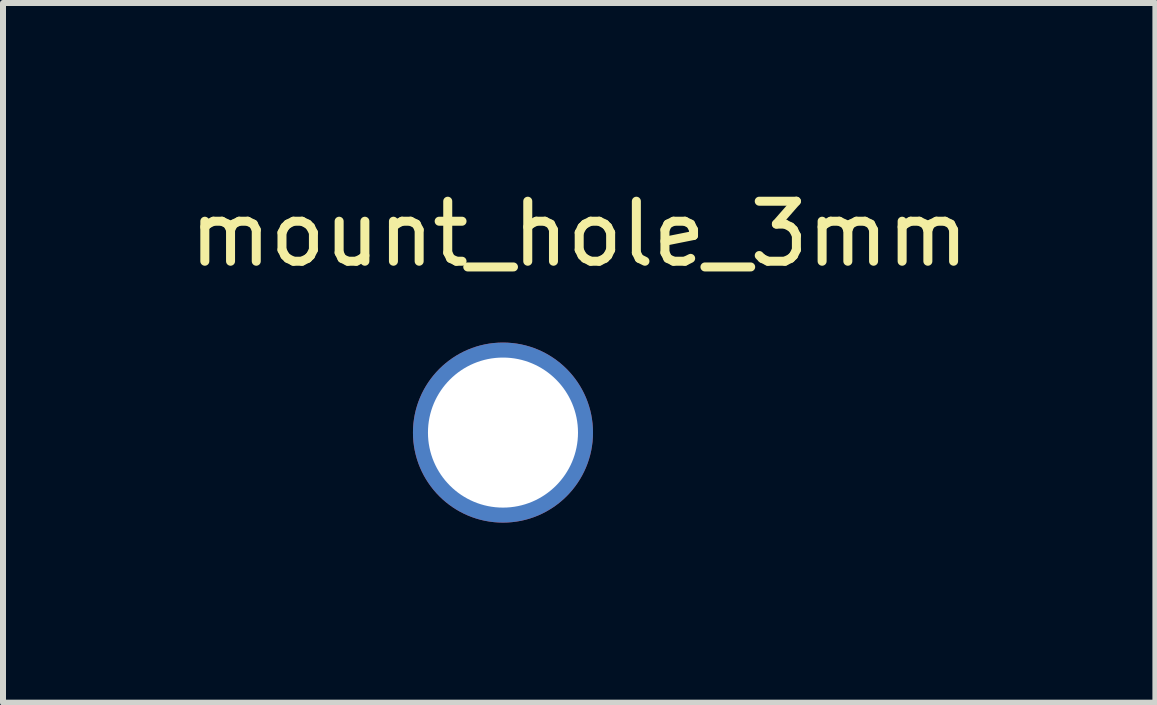
<source format=kicad_pcb>
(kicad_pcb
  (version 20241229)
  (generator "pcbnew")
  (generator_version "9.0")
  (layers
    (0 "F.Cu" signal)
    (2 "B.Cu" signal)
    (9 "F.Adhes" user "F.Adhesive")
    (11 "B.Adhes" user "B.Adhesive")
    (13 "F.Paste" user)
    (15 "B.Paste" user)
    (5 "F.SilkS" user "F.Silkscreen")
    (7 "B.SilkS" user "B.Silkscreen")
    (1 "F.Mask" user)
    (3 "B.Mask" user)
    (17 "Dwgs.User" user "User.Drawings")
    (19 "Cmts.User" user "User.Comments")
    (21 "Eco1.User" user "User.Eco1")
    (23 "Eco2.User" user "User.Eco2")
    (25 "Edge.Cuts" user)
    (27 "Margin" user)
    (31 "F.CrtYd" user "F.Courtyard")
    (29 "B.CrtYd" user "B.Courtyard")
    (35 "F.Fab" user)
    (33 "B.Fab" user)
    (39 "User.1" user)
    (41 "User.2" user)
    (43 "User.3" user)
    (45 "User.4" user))
  (footprint "mount_hole_3mm"
    (layer "F.Cu")
    (at 6.601 0.348)
    (property "Reference" "mount_hole_3mm" (at 0 0.5 0) (layer "F.SilkS") (effects (font (size 1 1) (thickness 0.15))))
    (attr through_hole)
    (pad "1" thru_hole circle (at -1.27 3.81) (size 3 3) (drill 2.5) (layers "*.Cu" "*.Mask")))
  (gr_rect
    (start -3 -3)
    (end 16.202 8.658)
    (stroke (width 0.1) (type default))
    (fill no)
    (layer "Edge.Cuts")))
</source>
